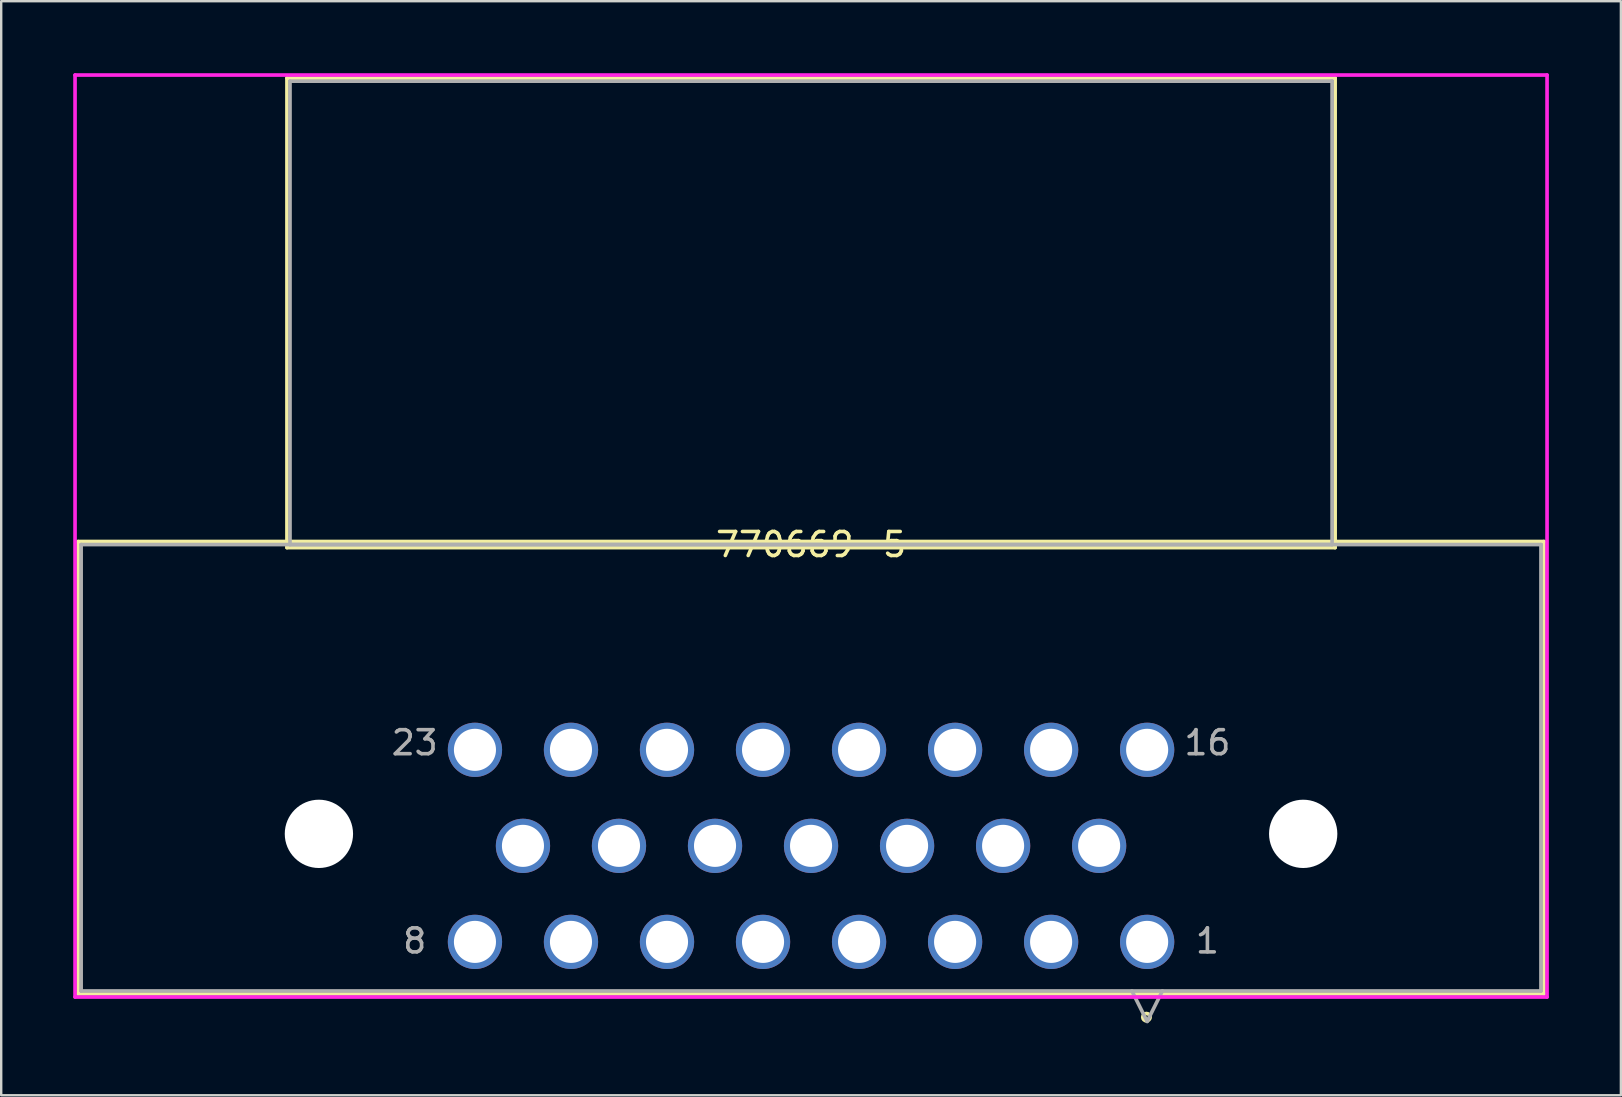
<source format=kicad_pcb>
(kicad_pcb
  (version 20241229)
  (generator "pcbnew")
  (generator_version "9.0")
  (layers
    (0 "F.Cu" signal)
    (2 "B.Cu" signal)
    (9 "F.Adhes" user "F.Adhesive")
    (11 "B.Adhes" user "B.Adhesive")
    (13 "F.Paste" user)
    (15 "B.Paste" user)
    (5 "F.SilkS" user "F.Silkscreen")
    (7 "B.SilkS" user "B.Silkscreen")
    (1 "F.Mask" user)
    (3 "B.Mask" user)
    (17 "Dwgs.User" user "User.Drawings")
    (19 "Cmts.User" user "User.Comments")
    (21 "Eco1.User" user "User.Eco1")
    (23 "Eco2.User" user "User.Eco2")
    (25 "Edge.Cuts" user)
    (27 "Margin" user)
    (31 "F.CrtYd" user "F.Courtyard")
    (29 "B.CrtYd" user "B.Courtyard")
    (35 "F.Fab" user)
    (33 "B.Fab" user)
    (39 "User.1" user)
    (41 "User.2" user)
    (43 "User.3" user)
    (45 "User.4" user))
  (footprint "770669-5"
    (layer "F.Cu")
    (at 44.734 36.184)
    (property "Reference" "770669-5" (at -14 -16.55 0) (layer "F.SilkS") (effects (font (size 1 1) (thickness 0.15))))
    (attr through_hole)
    (fp_line (start -44.531 -16.677) (end -44.531 2.17) (stroke (width 0.152) (type solid)) (layer "F.SilkS"))
    (fp_line (start -44.531 2.17) (end 16.531 2.17) (stroke (width 0.152) (type solid)) (layer "F.SilkS"))
    (fp_line (start -35.831 -35.981) (end -35.831 -16.423) (stroke (width 0.152) (type solid)) (layer "F.SilkS"))
    (fp_line (start -35.831 -16.423) (end 7.831 -16.423) (stroke (width 0.152) (type solid)) (layer "F.SilkS"))
    (fp_line (start 7.831 -35.981) (end -35.831 -35.981) (stroke (width 0.152) (type solid)) (layer "F.SilkS"))
    (fp_line (start 7.831 -16.423) (end 7.831 -35.981) (stroke (width 0.152) (type solid)) (layer "F.SilkS"))
    (fp_line (start 16.531 -16.677) (end -44.531 -16.677) (stroke (width 0.152) (type solid)) (layer "F.SilkS"))
    (fp_line (start 16.531 2.17) (end 16.531 -16.677) (stroke (width 0.152) (type solid)) (layer "F.SilkS"))
    (fp_arc (start -0.182398 3.135114) (mid 0.122402 3.135114) (end -0.182398 3.135114) (stroke (width 0.1524) (type solid)) (layer "F.SilkS"))
    (fp_line (start -44.658 -36.108) (end -44.658 2.297) (stroke (width 0.152) (type solid)) (layer "F.CrtYd"))
    (fp_line (start -44.658 2.297) (end 16.658 2.297) (stroke (width 0.152) (type solid)) (layer "F.CrtYd"))
    (fp_line (start 16.658 -36.108) (end -44.658 -36.108) (stroke (width 0.152) (type solid)) (layer "F.CrtYd"))
    (fp_line (start 16.658 2.297) (end 16.658 -36.108) (stroke (width 0.152) (type solid)) (layer "F.CrtYd"))
    (fp_line (start -44.404 -16.55) (end -44.404 2.043) (stroke (width 0.152) (type solid)) (layer "F.Fab"))
    (fp_line (start -44.404 2.043) (end 16.404 2.043) (stroke (width 0.152) (type solid)) (layer "F.Fab"))
    (fp_line (start -35.704 -35.854) (end -35.704 -16.55) (stroke (width 0.152) (type solid)) (layer "F.Fab"))
    (fp_line (start -35.704 -16.55) (end 7.704 -16.55) (stroke (width 0.152) (type solid)) (layer "F.Fab"))
    (fp_line (start -0.635 2.043) (end 0 3.313) (stroke (width 0.152) (type solid)) (layer "F.Fab"))
    (fp_line (start 0.635 2.043) (end 0 3.313) (stroke (width 0.152) (type solid)) (layer "F.Fab"))
    (fp_line (start 7.704 -35.854) (end -35.704 -35.854) (stroke (width 0.152) (type solid)) (layer "F.Fab"))
    (fp_line (start 7.704 -16.55) (end 7.704 -35.854) (stroke (width 0.152) (type solid)) (layer "F.Fab"))
    (fp_line (start 16.404 -16.55) (end -44.404 -16.55) (stroke (width 0.152) (type solid)) (layer "F.Fab"))
    (fp_line (start 16.404 2.043) (end 16.404 -16.55) (stroke (width 0.152) (type solid)) (layer "F.Fab"))
    (fp_text user "*" (at 0 0 0) (layer "F.SilkS") (effects (font (size 1 1) (thickness 0.15))))
    (fp_text user "Copyright 2016 Accelerated Designs. All rights reserved." (at 0 0 0) (layer "Cmts.User") (effects (font (size 0.127 0.127) (thickness 0.002))))
    (fp_text user "16" (at 2.51 -8.295 0) (layer "F.Fab") (effects (font (size 1 1) (thickness 0.15))))
    (fp_text user "1" (at 2.51 -0.04 0) (layer "F.Fab") (effects (font (size 1 1) (thickness 0.15))))
    (fp_text user "23" (at -30.51 -8.295 0) (layer "F.Fab") (effects (font (size 1 1) (thickness 0.15))))
    (fp_text user "*" (at 0 0 0) (layer "F.Fab") (effects (font (size 1 1) (thickness 0.15))))
    (fp_text user "8" (at -30.51 -0.04 0) (layer "F.Fab") (effects (font (size 1 1) (thickness 0.15))))
    (pad "" np_thru_hole circle (at -34.5 -4.5) (size 2.845 2.845) (drill 2.845) (layers "*.Cu" "*.Mask"))
    (pad "" np_thru_hole circle (at 6.5 -4.5) (size 2.845 2.845) (drill 2.845) (layers "*.Cu" "*.Mask"))
    (pad "1" thru_hole circle (at -0.000001 0) (size 2.261 2.261) (drill 1.753) (layers "*.Cu" "*.Mask"))
    (pad "2" thru_hole circle (at -4 0) (size 2.261 2.261) (drill 1.753) (layers "*.Cu" "*.Mask"))
    (pad "3" thru_hole circle (at -8 0) (size 2.261 2.261) (drill 1.753) (layers "*.Cu" "*.Mask"))
    (pad "4" thru_hole circle (at -12 0) (size 2.261 2.261) (drill 1.753) (layers "*.Cu" "*.Mask"))
    (pad "5" thru_hole circle (at -16 0) (size 2.261 2.261) (drill 1.753) (layers "*.Cu" "*.Mask"))
    (pad "6" thru_hole circle (at -20 0) (size 2.261 2.261) (drill 1.753) (layers "*.Cu" "*.Mask"))
    (pad "7" thru_hole circle (at -24 0) (size 2.261 2.261) (drill 1.753) (layers "*.Cu" "*.Mask"))
    (pad "8" thru_hole circle (at -28 0) (size 2.261 2.261) (drill 1.753) (layers "*.Cu" "*.Mask"))
    (pad "9" thru_hole circle (at -2 -4) (size 2.261 2.261) (drill 1.753) (layers "*.Cu" "*.Mask"))
    (pad "10" thru_hole circle (at -6 -4) (size 2.261 2.261) (drill 1.753) (layers "*.Cu" "*.Mask"))
    (pad "11" thru_hole circle (at -10 -4) (size 2.261 2.261) (drill 1.753) (layers "*.Cu" "*.Mask"))
    (pad "12" thru_hole circle (at -14 -4) (size 2.261 2.261) (drill 1.753) (layers "*.Cu" "*.Mask"))
    (pad "13" thru_hole circle (at -18 -4) (size 2.261 2.261) (drill 1.753) (layers "*.Cu" "*.Mask"))
    (pad "14" thru_hole circle (at -22 -4) (size 2.261 2.261) (drill 1.753) (layers "*.Cu" "*.Mask"))
    (pad "15" thru_hole circle (at -26 -4) (size 2.261 2.261) (drill 1.753) (layers "*.Cu" "*.Mask"))
    (pad "16" thru_hole circle (at -0.000001 -8) (size 2.261 2.261) (drill 1.753) (layers "*.Cu" "*.Mask"))
    (pad "17" thru_hole circle (at -4 -8) (size 2.261 2.261) (drill 1.753) (layers "*.Cu" "*.Mask"))
    (pad "18" thru_hole circle (at -8 -8) (size 2.261 2.261) (drill 1.753) (layers "*.Cu" "*.Mask"))
    (pad "19" thru_hole circle (at -12 -8) (size 2.261 2.261) (drill 1.753) (layers "*.Cu" "*.Mask"))
    (pad "20" thru_hole circle (at -16 -8) (size 2.261 2.261) (drill 1.753) (layers "*.Cu" "*.Mask"))
    (pad "21" thru_hole circle (at -20 -8) (size 2.261 2.261) (drill 1.753) (layers "*.Cu" "*.Mask"))
    (pad "22" thru_hole circle (at -24 -8) (size 2.261 2.261) (drill 1.753) (layers "*.Cu" "*.Mask"))
    (pad "23" thru_hole circle (at -28 -8) (size 2.261 2.261) (drill 1.753) (layers "*.Cu" "*.Mask")))
  (gr_rect
    (start -3 -3)
    (end 64.468 42.573)
    (stroke (width 0.1) (type default))
    (fill no)
    (layer "Edge.Cuts")))
</source>
